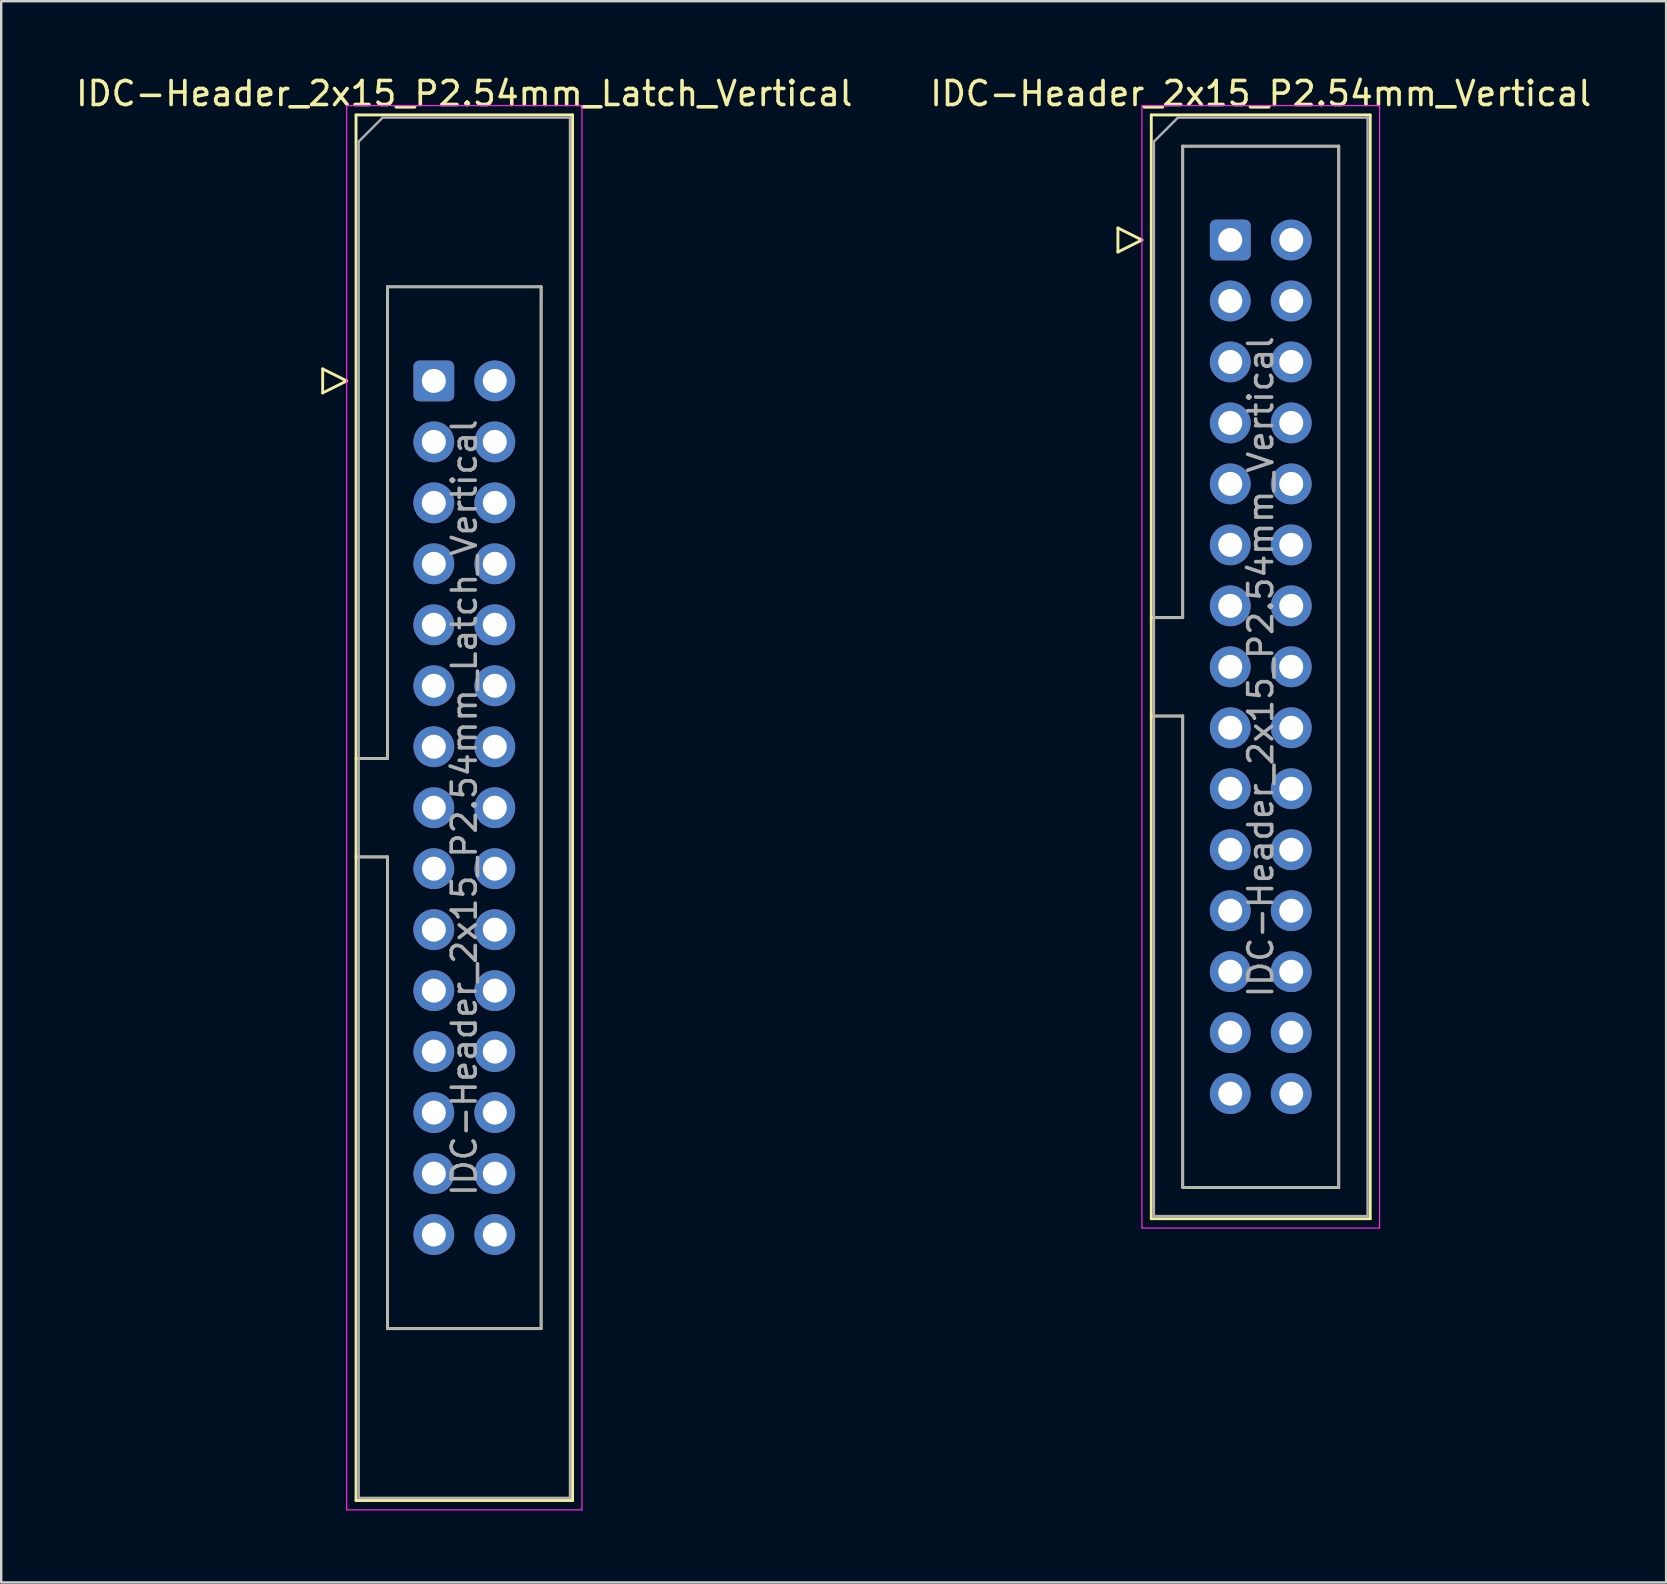
<source format=kicad_pcb>
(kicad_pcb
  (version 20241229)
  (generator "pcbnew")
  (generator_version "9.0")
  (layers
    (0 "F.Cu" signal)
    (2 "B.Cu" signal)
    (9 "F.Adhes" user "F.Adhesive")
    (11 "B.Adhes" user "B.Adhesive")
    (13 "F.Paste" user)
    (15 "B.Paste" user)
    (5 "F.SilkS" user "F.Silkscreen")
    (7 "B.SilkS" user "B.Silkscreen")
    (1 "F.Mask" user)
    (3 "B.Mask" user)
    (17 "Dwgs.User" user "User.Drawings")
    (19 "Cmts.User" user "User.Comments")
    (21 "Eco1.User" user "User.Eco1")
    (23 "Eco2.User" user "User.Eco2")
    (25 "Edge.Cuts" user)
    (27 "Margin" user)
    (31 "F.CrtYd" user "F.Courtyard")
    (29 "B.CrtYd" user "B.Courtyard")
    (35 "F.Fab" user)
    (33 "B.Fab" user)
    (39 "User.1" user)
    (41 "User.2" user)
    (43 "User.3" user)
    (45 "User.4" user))
  (footprint "IDC-Header_2x15_P2.54mm_Vertical"
    (layer "F.Cu")
    (at 48.2 6.948)
    (property "Reference" "IDC-Header_2x15_P2.54mm_Vertical" (at 1.27 -6.1 0) (layer "F.SilkS") (effects (font (size 1 1) (thickness 0.15))))
    (attr through_hole)
    (fp_line (start -4.68 -0.5) (end -4.68 0.5) (stroke (width 0.12) (type solid)) (layer "F.SilkS"))
    (fp_line (start -4.68 0.5) (end -3.68 0) (stroke (width 0.12) (type solid)) (layer "F.SilkS"))
    (fp_line (start -3.68 0) (end -4.68 -0.5) (stroke (width 0.12) (type solid)) (layer "F.SilkS"))
    (fp_line (start -3.29 -5.21) (end 5.83 -5.21) (stroke (width 0.12) (type solid)) (layer "F.SilkS"))
    (fp_line (start -3.29 15.73) (end -1.98 15.73) (stroke (width 0.12) (type solid)) (layer "F.SilkS"))
    (fp_line (start -3.29 40.77) (end -3.29 -5.21) (stroke (width 0.12) (type solid)) (layer "F.SilkS"))
    (fp_line (start -1.98 -3.91) (end 4.52 -3.91) (stroke (width 0.12) (type solid)) (layer "F.SilkS"))
    (fp_line (start -1.98 15.73) (end -1.98 -3.91) (stroke (width 0.12) (type solid)) (layer "F.SilkS"))
    (fp_line (start -1.98 19.83) (end -3.29 19.83) (stroke (width 0.12) (type solid)) (layer "F.SilkS"))
    (fp_line (start -1.98 19.83) (end -1.98 19.83) (stroke (width 0.12) (type solid)) (layer "F.SilkS"))
    (fp_line (start -1.98 39.47) (end -1.98 19.83) (stroke (width 0.12) (type solid)) (layer "F.SilkS"))
    (fp_line (start 4.52 -3.91) (end 4.52 39.47) (stroke (width 0.12) (type solid)) (layer "F.SilkS"))
    (fp_line (start 4.52 39.47) (end -1.98 39.47) (stroke (width 0.12) (type solid)) (layer "F.SilkS"))
    (fp_line (start 5.83 -5.21) (end 5.83 40.77) (stroke (width 0.12) (type solid)) (layer "F.SilkS"))
    (fp_line (start 5.83 40.77) (end -3.29 40.77) (stroke (width 0.12) (type solid)) (layer "F.SilkS"))
    (fp_line (start -3.68 -5.6) (end -3.68 41.16) (stroke (width 0.05) (type solid)) (layer "F.CrtYd"))
    (fp_line (start -3.68 41.16) (end 6.22 41.16) (stroke (width 0.05) (type solid)) (layer "F.CrtYd"))
    (fp_line (start 6.22 -5.6) (end -3.68 -5.6) (stroke (width 0.05) (type solid)) (layer "F.CrtYd"))
    (fp_line (start 6.22 41.16) (end 6.22 -5.6) (stroke (width 0.05) (type solid)) (layer "F.CrtYd"))
    (fp_line (start -3.18 -4.1) (end -2.18 -5.1) (stroke (width 0.1) (type solid)) (layer "F.Fab"))
    (fp_line (start -3.18 15.73) (end -1.98 15.73) (stroke (width 0.1) (type solid)) (layer "F.Fab"))
    (fp_line (start -3.18 40.66) (end -3.18 -4.1) (stroke (width 0.1) (type solid)) (layer "F.Fab"))
    (fp_line (start -2.18 -5.1) (end 5.72 -5.1) (stroke (width 0.1) (type solid)) (layer "F.Fab"))
    (fp_line (start -1.98 -3.91) (end 4.52 -3.91) (stroke (width 0.1) (type solid)) (layer "F.Fab"))
    (fp_line (start -1.98 15.73) (end -1.98 -3.91) (stroke (width 0.1) (type solid)) (layer "F.Fab"))
    (fp_line (start -1.98 19.83) (end -3.18 19.83) (stroke (width 0.1) (type solid)) (layer "F.Fab"))
    (fp_line (start -1.98 19.83) (end -1.98 19.83) (stroke (width 0.1) (type solid)) (layer "F.Fab"))
    (fp_line (start -1.98 39.47) (end -1.98 19.83) (stroke (width 0.1) (type solid)) (layer "F.Fab"))
    (fp_line (start 4.52 -3.91) (end 4.52 39.47) (stroke (width 0.1) (type solid)) (layer "F.Fab"))
    (fp_line (start 4.52 39.47) (end -1.98 39.47) (stroke (width 0.1) (type solid)) (layer "F.Fab"))
    (fp_line (start 5.72 -5.1) (end 5.72 40.66) (stroke (width 0.1) (type solid)) (layer "F.Fab"))
    (fp_line (start 5.72 40.66) (end -3.18 40.66) (stroke (width 0.1) (type solid)) (layer "F.Fab"))
    (fp_text user "${REFERENCE}" (at 1.27 17.78 90) (layer "F.Fab") (effects (font (size 1 1) (thickness 0.15))))
    (pad "1" thru_hole roundrect (at 0 0) (size 1.7 1.7) (drill 1) (layers "*.Cu" "*.Mask") (roundrect_rratio 0.147))
    (pad "2" thru_hole circle (at 2.54 0) (size 1.7 1.7) (drill 1) (layers "*.Cu" "*.Mask"))
    (pad "3" thru_hole circle (at 0 2.54) (size 1.7 1.7) (drill 1) (layers "*.Cu" "*.Mask"))
    (pad "4" thru_hole circle (at 2.54 2.54) (size 1.7 1.7) (drill 1) (layers "*.Cu" "*.Mask"))
    (pad "5" thru_hole circle (at 0 5.08) (size 1.7 1.7) (drill 1) (layers "*.Cu" "*.Mask"))
    (pad "6" thru_hole circle (at 2.54 5.08) (size 1.7 1.7) (drill 1) (layers "*.Cu" "*.Mask"))
    (pad "7" thru_hole circle (at 0 7.62) (size 1.7 1.7) (drill 1) (layers "*.Cu" "*.Mask"))
    (pad "8" thru_hole circle (at 2.54 7.62) (size 1.7 1.7) (drill 1) (layers "*.Cu" "*.Mask"))
    (pad "9" thru_hole circle (at 0 10.16) (size 1.7 1.7) (drill 1) (layers "*.Cu" "*.Mask"))
    (pad "10" thru_hole circle (at 2.54 10.16) (size 1.7 1.7) (drill 1) (layers "*.Cu" "*.Mask"))
    (pad "11" thru_hole circle (at 0 12.7) (size 1.7 1.7) (drill 1) (layers "*.Cu" "*.Mask"))
    (pad "12" thru_hole circle (at 2.54 12.7) (size 1.7 1.7) (drill 1) (layers "*.Cu" "*.Mask"))
    (pad "13" thru_hole circle (at 0 15.24) (size 1.7 1.7) (drill 1) (layers "*.Cu" "*.Mask"))
    (pad "14" thru_hole circle (at 2.54 15.24) (size 1.7 1.7) (drill 1) (layers "*.Cu" "*.Mask"))
    (pad "15" thru_hole circle (at 0 17.78) (size 1.7 1.7) (drill 1) (layers "*.Cu" "*.Mask"))
    (pad "16" thru_hole circle (at 2.54 17.78) (size 1.7 1.7) (drill 1) (layers "*.Cu" "*.Mask"))
    (pad "17" thru_hole circle (at 0 20.32) (size 1.7 1.7) (drill 1) (layers "*.Cu" "*.Mask"))
    (pad "18" thru_hole circle (at 2.54 20.32) (size 1.7 1.7) (drill 1) (layers "*.Cu" "*.Mask"))
    (pad "19" thru_hole circle (at 0 22.86) (size 1.7 1.7) (drill 1) (layers "*.Cu" "*.Mask"))
    (pad "20" thru_hole circle (at 2.54 22.86) (size 1.7 1.7) (drill 1) (layers "*.Cu" "*.Mask"))
    (pad "21" thru_hole circle (at 0 25.4) (size 1.7 1.7) (drill 1) (layers "*.Cu" "*.Mask"))
    (pad "22" thru_hole circle (at 2.54 25.4) (size 1.7 1.7) (drill 1) (layers "*.Cu" "*.Mask"))
    (pad "23" thru_hole circle (at 0 27.94) (size 1.7 1.7) (drill 1) (layers "*.Cu" "*.Mask"))
    (pad "24" thru_hole circle (at 2.54 27.94) (size 1.7 1.7) (drill 1) (layers "*.Cu" "*.Mask"))
    (pad "25" thru_hole circle (at 0 30.48) (size 1.7 1.7) (drill 1) (layers "*.Cu" "*.Mask"))
    (pad "26" thru_hole circle (at 2.54 30.48) (size 1.7 1.7) (drill 1) (layers "*.Cu" "*.Mask"))
    (pad "27" thru_hole circle (at 0 33.02) (size 1.7 1.7) (drill 1) (layers "*.Cu" "*.Mask"))
    (pad "28" thru_hole circle (at 2.54 33.02) (size 1.7 1.7) (drill 1) (layers "*.Cu" "*.Mask"))
    (pad "29" thru_hole circle (at 0 35.56) (size 1.7 1.7) (drill 1) (layers "*.Cu" "*.Mask"))
    (pad "30" thru_hole circle (at 2.54 35.56) (size 1.7 1.7) (drill 1) (layers "*.Cu" "*.Mask")))
  (footprint "IDC-Header_2x15_P2.54mm_Latch_Vertical"
    (layer "F.Cu")
    (at 15.022 12.818)
    (property "Reference" "IDC-Header_2x15_P2.54mm_Latch_Vertical" (at 1.27 -11.97 0) (layer "F.SilkS") (effects (font (size 1 1) (thickness 0.15))))
    (attr through_hole)
    (fp_line (start -4.63 -0.5) (end -4.63 0.5) (stroke (width 0.12) (type solid)) (layer "F.SilkS"))
    (fp_line (start -4.63 0.5) (end -3.63 0) (stroke (width 0.12) (type solid)) (layer "F.SilkS"))
    (fp_line (start -3.63 0) (end -4.63 -0.5) (stroke (width 0.12) (type solid)) (layer "F.SilkS"))
    (fp_line (start -3.24 -11.08) (end 5.78 -11.08) (stroke (width 0.12) (type solid)) (layer "F.SilkS"))
    (fp_line (start -3.24 15.73) (end -1.93 15.73) (stroke (width 0.12) (type solid)) (layer "F.SilkS"))
    (fp_line (start -3.24 46.64) (end -3.24 -11.08) (stroke (width 0.12) (type solid)) (layer "F.SilkS"))
    (fp_line (start -1.93 -3.92) (end 4.47 -3.92) (stroke (width 0.12) (type solid)) (layer "F.SilkS"))
    (fp_line (start -1.93 15.73) (end -1.93 -3.92) (stroke (width 0.12) (type solid)) (layer "F.SilkS"))
    (fp_line (start -1.93 19.83) (end -3.24 19.83) (stroke (width 0.12) (type solid)) (layer "F.SilkS"))
    (fp_line (start -1.93 19.83) (end -1.93 19.83) (stroke (width 0.12) (type solid)) (layer "F.SilkS"))
    (fp_line (start -1.93 39.48) (end -1.93 19.83) (stroke (width 0.12) (type solid)) (layer "F.SilkS"))
    (fp_line (start 4.47 -3.92) (end 4.47 39.48) (stroke (width 0.12) (type solid)) (layer "F.SilkS"))
    (fp_line (start 4.47 39.48) (end -1.93 39.48) (stroke (width 0.12) (type solid)) (layer "F.SilkS"))
    (fp_line (start 5.78 -11.08) (end 5.78 46.64) (stroke (width 0.12) (type solid)) (layer "F.SilkS"))
    (fp_line (start 5.78 46.64) (end -3.24 46.64) (stroke (width 0.12) (type solid)) (layer "F.SilkS"))
    (fp_line (start -3.63 -11.47) (end -3.63 47.03) (stroke (width 0.05) (type solid)) (layer "F.CrtYd"))
    (fp_line (start -3.63 47.03) (end 6.17 47.03) (stroke (width 0.05) (type solid)) (layer "F.CrtYd"))
    (fp_line (start 6.17 -11.47) (end -3.63 -11.47) (stroke (width 0.05) (type solid)) (layer "F.CrtYd"))
    (fp_line (start 6.17 47.03) (end 6.17 -11.47) (stroke (width 0.05) (type solid)) (layer "F.CrtYd"))
    (fp_line (start -3.13 -9.97) (end -2.13 -10.97) (stroke (width 0.1) (type solid)) (layer "F.Fab"))
    (fp_line (start -3.13 15.73) (end -1.93 15.73) (stroke (width 0.1) (type solid)) (layer "F.Fab"))
    (fp_line (start -3.13 46.53) (end -3.13 -9.97) (stroke (width 0.1) (type solid)) (layer "F.Fab"))
    (fp_line (start -2.13 -10.97) (end 5.67 -10.97) (stroke (width 0.1) (type solid)) (layer "F.Fab"))
    (fp_line (start -1.93 -3.92) (end 4.47 -3.92) (stroke (width 0.1) (type solid)) (layer "F.Fab"))
    (fp_line (start -1.93 15.73) (end -1.93 -3.92) (stroke (width 0.1) (type solid)) (layer "F.Fab"))
    (fp_line (start -1.93 19.83) (end -3.13 19.83) (stroke (width 0.1) (type solid)) (layer "F.Fab"))
    (fp_line (start -1.93 19.83) (end -1.93 19.83) (stroke (width 0.1) (type solid)) (layer "F.Fab"))
    (fp_line (start -1.93 39.48) (end -1.93 19.83) (stroke (width 0.1) (type solid)) (layer "F.Fab"))
    (fp_line (start 4.47 -3.92) (end 4.47 39.48) (stroke (width 0.1) (type solid)) (layer "F.Fab"))
    (fp_line (start 4.47 39.48) (end -1.93 39.48) (stroke (width 0.1) (type solid)) (layer "F.Fab"))
    (fp_line (start 5.67 -10.97) (end 5.67 46.53) (stroke (width 0.1) (type solid)) (layer "F.Fab"))
    (fp_line (start 5.67 46.53) (end -3.13 46.53) (stroke (width 0.1) (type solid)) (layer "F.Fab"))
    (fp_text user "${REFERENCE}" (at 1.27 17.78 90) (layer "F.Fab") (effects (font (size 1 1) (thickness 0.15))))
    (pad "1" thru_hole roundrect (at 0 0) (size 1.7 1.7) (drill 1) (layers "*.Cu" "*.Mask") (roundrect_rratio 0.147))
    (pad "2" thru_hole circle (at 2.54 0) (size 1.7 1.7) (drill 1) (layers "*.Cu" "*.Mask"))
    (pad "3" thru_hole circle (at 0 2.54) (size 1.7 1.7) (drill 1) (layers "*.Cu" "*.Mask"))
    (pad "4" thru_hole circle (at 2.54 2.54) (size 1.7 1.7) (drill 1) (layers "*.Cu" "*.Mask"))
    (pad "5" thru_hole circle (at 0 5.08) (size 1.7 1.7) (drill 1) (layers "*.Cu" "*.Mask"))
    (pad "6" thru_hole circle (at 2.54 5.08) (size 1.7 1.7) (drill 1) (layers "*.Cu" "*.Mask"))
    (pad "7" thru_hole circle (at 0 7.62) (size 1.7 1.7) (drill 1) (layers "*.Cu" "*.Mask"))
    (pad "8" thru_hole circle (at 2.54 7.62) (size 1.7 1.7) (drill 1) (layers "*.Cu" "*.Mask"))
    (pad "9" thru_hole circle (at 0 10.16) (size 1.7 1.7) (drill 1) (layers "*.Cu" "*.Mask"))
    (pad "10" thru_hole circle (at 2.54 10.16) (size 1.7 1.7) (drill 1) (layers "*.Cu" "*.Mask"))
    (pad "11" thru_hole circle (at 0 12.7) (size 1.7 1.7) (drill 1) (layers "*.Cu" "*.Mask"))
    (pad "12" thru_hole circle (at 2.54 12.7) (size 1.7 1.7) (drill 1) (layers "*.Cu" "*.Mask"))
    (pad "13" thru_hole circle (at 0 15.24) (size 1.7 1.7) (drill 1) (layers "*.Cu" "*.Mask"))
    (pad "14" thru_hole circle (at 2.54 15.24) (size 1.7 1.7) (drill 1) (layers "*.Cu" "*.Mask"))
    (pad "15" thru_hole circle (at 0 17.78) (size 1.7 1.7) (drill 1) (layers "*.Cu" "*.Mask"))
    (pad "16" thru_hole circle (at 2.54 17.78) (size 1.7 1.7) (drill 1) (layers "*.Cu" "*.Mask"))
    (pad "17" thru_hole circle (at 0 20.32) (size 1.7 1.7) (drill 1) (layers "*.Cu" "*.Mask"))
    (pad "18" thru_hole circle (at 2.54 20.32) (size 1.7 1.7) (drill 1) (layers "*.Cu" "*.Mask"))
    (pad "19" thru_hole circle (at 0 22.86) (size 1.7 1.7) (drill 1) (layers "*.Cu" "*.Mask"))
    (pad "20" thru_hole circle (at 2.54 22.86) (size 1.7 1.7) (drill 1) (layers "*.Cu" "*.Mask"))
    (pad "21" thru_hole circle (at 0 25.4) (size 1.7 1.7) (drill 1) (layers "*.Cu" "*.Mask"))
    (pad "22" thru_hole circle (at 2.54 25.4) (size 1.7 1.7) (drill 1) (layers "*.Cu" "*.Mask"))
    (pad "23" thru_hole circle (at 0 27.94) (size 1.7 1.7) (drill 1) (layers "*.Cu" "*.Mask"))
    (pad "24" thru_hole circle (at 2.54 27.94) (size 1.7 1.7) (drill 1) (layers "*.Cu" "*.Mask"))
    (pad "25" thru_hole circle (at 0 30.48) (size 1.7 1.7) (drill 1) (layers "*.Cu" "*.Mask"))
    (pad "26" thru_hole circle (at 2.54 30.48) (size 1.7 1.7) (drill 1) (layers "*.Cu" "*.Mask"))
    (pad "27" thru_hole circle (at 0 33.02) (size 1.7 1.7) (drill 1) (layers "*.Cu" "*.Mask"))
    (pad "28" thru_hole circle (at 2.54 33.02) (size 1.7 1.7) (drill 1) (layers "*.Cu" "*.Mask"))
    (pad "29" thru_hole circle (at 0 35.56) (size 1.7 1.7) (drill 1) (layers "*.Cu" "*.Mask"))
    (pad "30" thru_hole circle (at 2.54 35.56) (size 1.7 1.7) (drill 1) (layers "*.Cu" "*.Mask")))
  (gr_rect
    (start -3 -3)
    (end 66.357 62.873)
    (stroke (width 0.1) (type default))
    (fill no)
    (layer "Edge.Cuts")))
</source>
